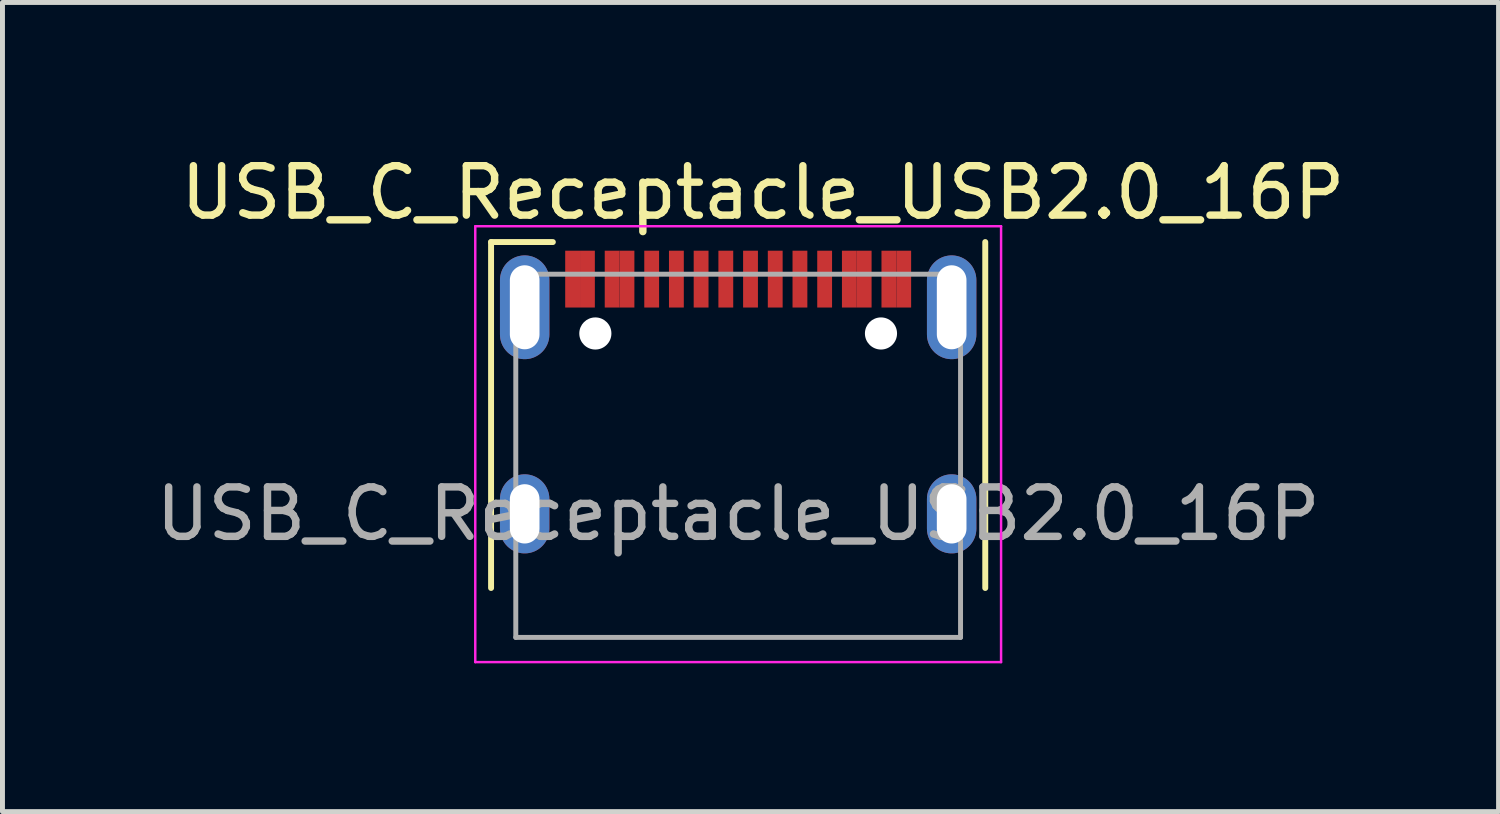
<source format=kicad_pcb>
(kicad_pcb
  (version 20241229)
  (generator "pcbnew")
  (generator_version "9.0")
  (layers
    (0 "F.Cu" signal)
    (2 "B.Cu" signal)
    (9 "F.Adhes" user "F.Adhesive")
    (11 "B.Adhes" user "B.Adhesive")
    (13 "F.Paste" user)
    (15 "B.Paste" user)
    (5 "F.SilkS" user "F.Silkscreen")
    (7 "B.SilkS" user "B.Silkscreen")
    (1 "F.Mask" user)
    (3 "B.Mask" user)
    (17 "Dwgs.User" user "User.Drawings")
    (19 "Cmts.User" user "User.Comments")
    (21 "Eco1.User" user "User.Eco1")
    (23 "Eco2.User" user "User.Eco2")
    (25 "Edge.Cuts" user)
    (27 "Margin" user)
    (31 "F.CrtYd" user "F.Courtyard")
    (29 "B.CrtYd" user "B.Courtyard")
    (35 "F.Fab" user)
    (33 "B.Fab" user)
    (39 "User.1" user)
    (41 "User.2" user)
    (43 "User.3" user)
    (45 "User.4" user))
  (footprint "USB_C_Receptacle_USB2.0_16P"
    (layer "F.Cu")
    (at 11.887 7.348)
    (property "Reference" "USB_C_Receptacle_USB2.0_16P" (at 0.5 -6.5 0) (layer "F.SilkS") (effects (font (size 1 1) (thickness 0.15))))
    (attr through_hole)
    (fp_line (start -5 -5.5) (end -5 1.5) (stroke (width 0.12) (type solid)) (layer "F.SilkS"))
    (fp_line (start -5 -5.5) (end -3.75 -5.5) (stroke (width 0.12) (type solid)) (layer "F.SilkS"))
    (fp_line (start 5 -5.5) (end 5 1.5) (stroke (width 0.12) (type solid)) (layer "F.SilkS"))
    (fp_line (start -5.32 -5.82) (end -5.32 3) (stroke (width 0.05) (type solid)) (layer "F.CrtYd"))
    (fp_line (start -5.32 -5.82) (end 5.32 -5.82) (stroke (width 0.05) (type solid)) (layer "F.CrtYd"))
    (fp_line (start -5.32 3) (end 5.32 3) (stroke (width 0.05) (type solid)) (layer "F.CrtYd"))
    (fp_line (start 5.32 -5.82) (end 5.32 3) (stroke (width 0.05) (type solid)) (layer "F.CrtYd"))
    (fp_line (start -4.5 -4.85) (end -4.5 2.5) (stroke (width 0.1) (type solid)) (layer "F.Fab"))
    (fp_line (start -4.5 -4.85) (end 4.5 -4.85) (stroke (width 0.1) (type solid)) (layer "F.Fab"))
    (fp_line (start -4.5 2.5) (end 4.5 2.5) (stroke (width 0.1) (type solid)) (layer "F.Fab"))
    (fp_line (start 4.5 -4.85) (end 4.5 2.5) (stroke (width 0.1) (type solid)) (layer "F.Fab"))
    (fp_text user "${REFERENCE}" (at 0 0 0) (layer "F.Fab") (effects (font (size 1 1) (thickness 0.15))))
    (pad "" np_thru_hole circle (at -2.89 -3.65) (size 0.65 0.65) (drill 0.65) (layers "*.Cu" "*.Mask"))
    (pad "" np_thru_hole circle (at 2.89 -3.65) (size 0.65 0.65) (drill 0.65) (layers "*.Cu" "*.Mask"))
    (pad "A1" smd rect (at -3.35 -4.75) (size 0.3 1.15) (layers "F.Cu" "F.Mask" "F.Paste"))
    (pad "A4" smd rect (at -2.55 -4.75) (size 0.3 1.15) (layers "F.Cu" "F.Mask" "F.Paste"))
    (pad "A5" smd rect (at -1.25 -4.75) (size 0.3 1.15) (layers "F.Cu" "F.Mask" "F.Paste"))
    (pad "A6" smd rect (at -0.25 -4.75) (size 0.3 1.15) (layers "F.Cu" "F.Mask" "F.Paste"))
    (pad "A7" smd rect (at 0.25 -4.75) (size 0.3 1.15) (layers "F.Cu" "F.Mask" "F.Paste"))
    (pad "A8" smd rect (at 1.25 -4.75) (size 0.3 1.15) (layers "F.Cu" "F.Mask" "F.Paste"))
    (pad "A9" smd rect (at 2.55 -4.75) (size 0.3 1.15) (layers "F.Cu" "F.Mask" "F.Paste"))
    (pad "A12" smd rect (at 3.35 -4.75) (size 0.3 1.15) (layers "F.Cu" "F.Mask" "F.Paste"))
    (pad "B1" smd rect (at 3.05 -4.75) (size 0.3 1.15) (layers "F.Cu" "F.Mask" "F.Paste"))
    (pad "B4" smd rect (at 2.25 -4.75) (size 0.3 1.15) (layers "F.Cu" "F.Mask" "F.Paste"))
    (pad "B5" smd rect (at 1.75 -4.75) (size 0.3 1.15) (layers "F.Cu" "F.Mask" "F.Paste"))
    (pad "B6" smd rect (at 0.75 -4.75) (size 0.3 1.15) (layers "F.Cu" "F.Mask" "F.Paste"))
    (pad "B7" smd rect (at -0.75 -4.75) (size 0.3 1.15) (layers "F.Cu" "F.Mask" "F.Paste"))
    (pad "B8" smd rect (at -1.75 -4.75) (size 0.3 1.15) (layers "F.Cu" "F.Mask" "F.Paste"))
    (pad "B9" smd rect (at -2.25 -4.75) (size 0.3 1.15) (layers "F.Cu" "F.Mask" "F.Paste"))
    (pad "B12" smd rect (at -3.05 -4.75) (size 0.3 1.15) (layers "F.Cu" "F.Mask" "F.Paste"))
    (pad "S1" thru_hole oval (at -4.32 -4.18) (size 1 2.1) (drill oval 0.6 1.7) (layers "*.Cu" "*.Mask"))
    (pad "S1" thru_hole oval (at -4.32 0) (size 1 1.6) (drill oval 0.6 1.2) (layers "*.Cu" "*.Mask"))
    (pad "S1" thru_hole oval (at 4.32 -4.18) (size 1 2.1) (drill oval 0.6 1.7) (layers "*.Cu" "*.Mask"))
    (pad "S1" thru_hole oval (at 4.32 0) (size 1 1.6) (drill oval 0.6 1.2) (layers "*.Cu" "*.Mask")))
  (gr_rect
    (start -3 -3)
    (end 27.274 13.373)
    (stroke (width 0.1) (type default))
    (fill no)
    (layer "Edge.Cuts")))
</source>
